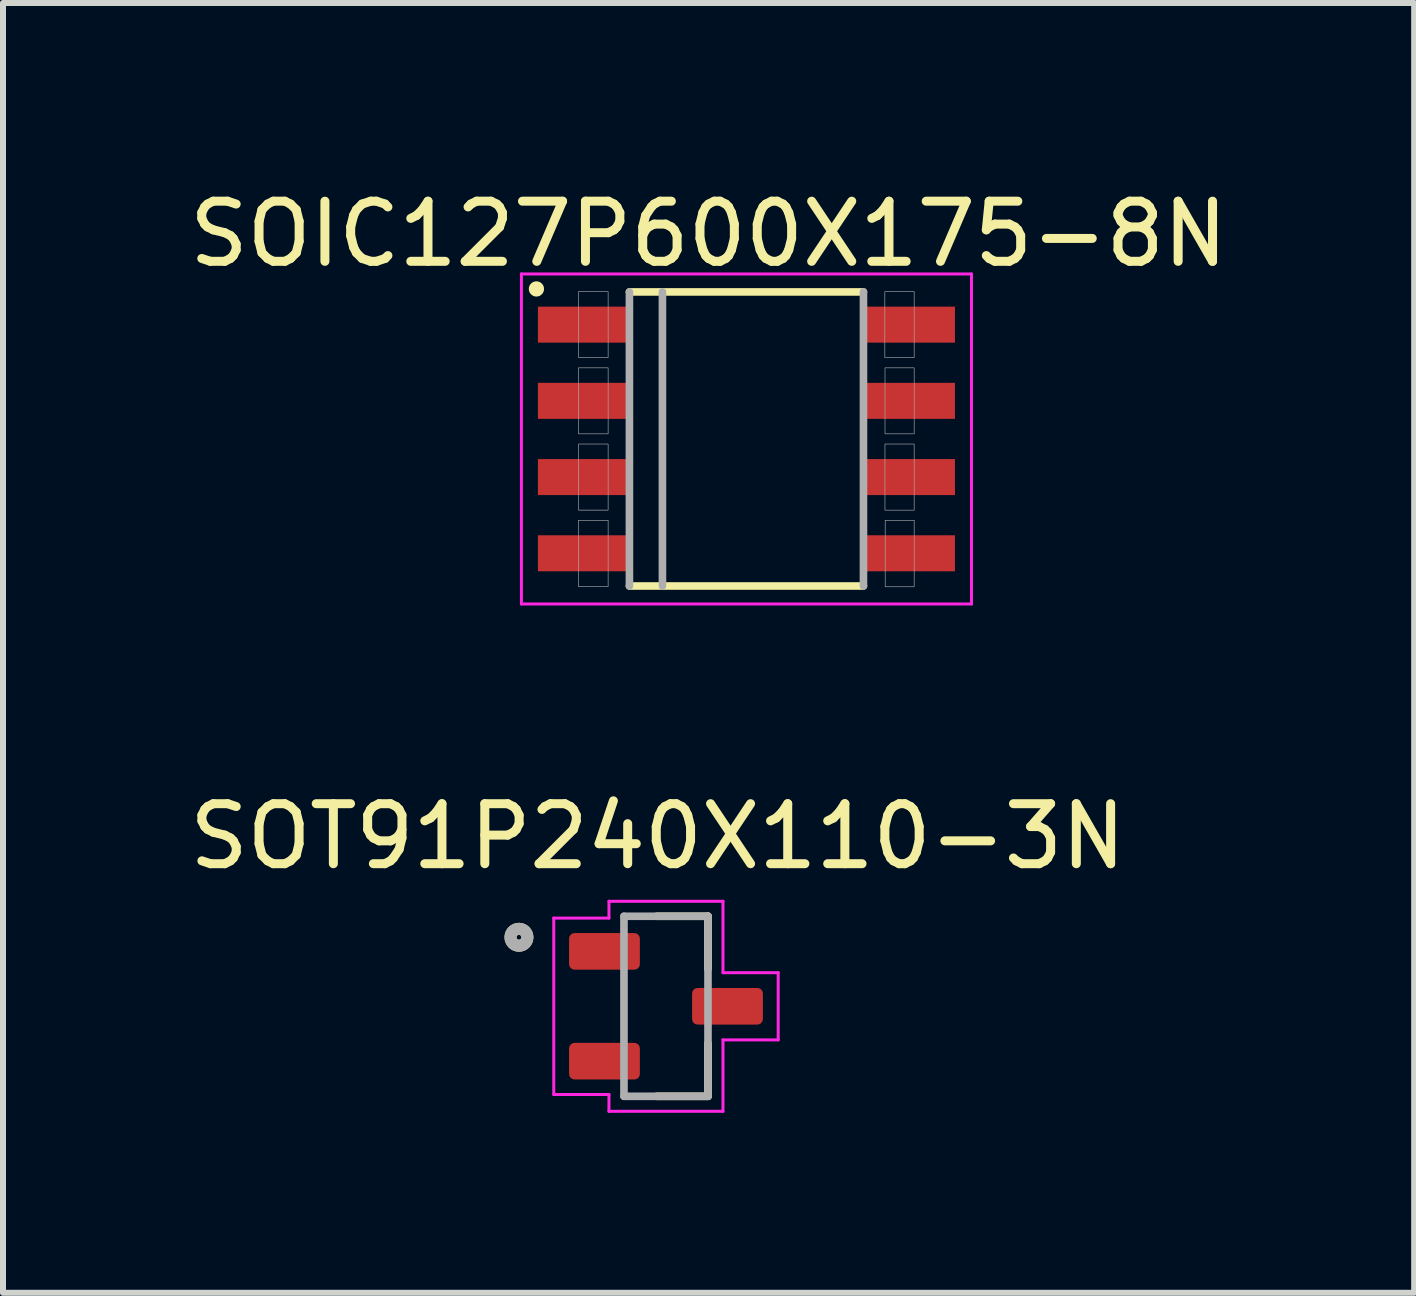
<source format=kicad_pcb>
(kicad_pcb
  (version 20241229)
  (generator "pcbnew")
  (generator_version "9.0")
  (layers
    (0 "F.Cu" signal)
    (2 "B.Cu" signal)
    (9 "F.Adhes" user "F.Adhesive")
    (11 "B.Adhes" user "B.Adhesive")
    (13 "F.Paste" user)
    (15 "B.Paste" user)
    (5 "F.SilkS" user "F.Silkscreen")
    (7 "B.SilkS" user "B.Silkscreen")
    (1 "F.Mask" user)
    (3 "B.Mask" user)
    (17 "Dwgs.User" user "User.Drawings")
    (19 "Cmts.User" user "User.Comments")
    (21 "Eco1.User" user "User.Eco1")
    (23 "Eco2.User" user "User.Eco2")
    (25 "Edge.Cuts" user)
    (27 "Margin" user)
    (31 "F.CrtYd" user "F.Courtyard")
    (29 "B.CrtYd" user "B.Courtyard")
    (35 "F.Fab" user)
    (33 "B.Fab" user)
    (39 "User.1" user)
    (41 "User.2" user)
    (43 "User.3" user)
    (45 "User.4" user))
  (footprint "SOIC127P600X175-8N"
    (layer "F.Cu")
    (at 9.389 4.265)
    (property "Reference" "SOIC127P600X175-8N" (at -0.631 -3.416 0) (layer "F.SilkS") (effects (font (size 1.002 1.002) (thickness 0.15))))
    (attr smd)
    (fp_line (start -1.95 -2.45) (end 1.95 -2.45) (stroke (width 0.127) (type solid)) (layer "F.SilkS"))
    (fp_line (start -1.95 2.45) (end 1.95 2.45) (stroke (width 0.127) (type solid)) (layer "F.SilkS"))
    (fp_circle (center -3.5 -2.5) (end -3.373 -2.5) (stroke (width 0) (type solid)) (fill yes) (layer "F.SilkS"))
    (fp_line (start -3.75 -2.75) (end 3.75 -2.75) (stroke (width 0.05) (type solid)) (layer "F.CrtYd"))
    (fp_line (start -3.75 2.75) (end -3.75 -2.75) (stroke (width 0.05) (type solid)) (layer "F.CrtYd"))
    (fp_line (start 3.75 -2.75) (end 3.75 2.75) (stroke (width 0.05) (type solid)) (layer "F.CrtYd"))
    (fp_line (start 3.75 2.75) (end -3.75 2.75) (stroke (width 0.05) (type solid)) (layer "F.CrtYd"))
    (fp_line (start -1.95 2.45) (end -1.95 -2.45) (stroke (width 0.127) (type solid)) (layer "F.Fab"))
    (fp_line (start -1.4 2.45) (end -1.4 -2.45) (stroke (width 0.127) (type solid)) (layer "F.Fab"))
    (fp_line (start 1.95 -2.45) (end 1.95 2.45) (stroke (width 0.127) (type solid)) (layer "F.Fab"))
    (fp_poly (pts (xy -2.8 -1.185) (xy -2.305 -1.185) (xy -2.305 -0.085) (xy -2.8 -0.085)) (stroke (width 0.01) (type solid)) (fill no) (layer "F.Fab"))
    (fp_poly (pts (xy -2.8 1.355) (xy -2.305 1.355) (xy -2.305 2.46) (xy -2.8 2.46)) (stroke (width 0.01) (type solid)) (fill no) (layer "F.Fab"))
    (fp_poly (pts (xy -2.799 -2.455) (xy -2.305 -2.455) (xy -2.305 -1.357) (xy -2.799 -1.357)) (stroke (width 0.01) (type solid)) (fill no) (layer "F.Fab"))
    (fp_poly (pts (xy -2.798 0.085) (xy -2.305 0.085) (xy -2.305 1.186) (xy -2.798 1.186)) (stroke (width 0.01) (type solid)) (fill no) (layer "F.Fab"))
    (fp_poly (pts (xy 2.306 -2.455) (xy 2.795 -2.455) (xy 2.795 -1.356) (xy 2.306 -1.356)) (stroke (width 0.01) (type solid)) (fill no) (layer "F.Fab"))
    (fp_poly (pts (xy 2.308 0.085) (xy 2.795 0.085) (xy 2.795 1.187) (xy 2.308 1.187)) (stroke (width 0.01) (type solid)) (fill no) (layer "F.Fab"))
    (fp_poly (pts (xy 2.309 -1.185) (xy 2.795 -1.185) (xy 2.795 -0.085) (xy 2.309 -0.085)) (stroke (width 0.01) (type solid)) (fill no) (layer "F.Fab"))
    (fp_poly (pts (xy 2.312 1.355) (xy 2.795 1.355) (xy 2.795 2.463) (xy 2.312 2.463)) (stroke (width 0.01) (type solid)) (fill no) (layer "F.Fab"))
    (pad "1" smd rect (at -2.7 -1.905) (size 1.55 0.6) (layers "F.Cu" "F.Mask" "F.Paste"))
    (pad "2" smd rect (at -2.7 -0.635) (size 1.55 0.6) (layers "F.Cu" "F.Mask" "F.Paste"))
    (pad "3" smd rect (at -2.7 0.635) (size 1.55 0.6) (layers "F.Cu" "F.Mask" "F.Paste"))
    (pad "4" smd rect (at -2.7 1.905) (size 1.55 0.6) (layers "F.Cu" "F.Mask" "F.Paste"))
    (pad "5" smd rect (at 2.7 1.905) (size 1.55 0.6) (layers "F.Cu" "F.Mask" "F.Paste"))
    (pad "6" smd rect (at 2.7 0.635) (size 1.55 0.6) (layers "F.Cu" "F.Mask" "F.Paste"))
    (pad "7" smd rect (at 2.7 -0.635) (size 1.55 0.6) (layers "F.Cu" "F.Mask" "F.Paste"))
    (pad "8" smd rect (at 2.7 -1.905) (size 1.55 0.6) (layers "F.Cu" "F.Mask" "F.Paste")))
  (footprint "SOT91P240X110-3N"
    (layer "F.Cu")
    (at 8.048 13.719)
    (property "Reference" "SOT91P240X110-3N" (at -0.138 -2.831 0) (layer "F.SilkS") (effects (font (size 1 1) (thickness 0.15))))
    (attr smd)
    (fp_line (start -0.152 1.5) (end 0.7 1.5) (stroke (width 0.127) (type solid)) (layer "F.SilkS"))
    (fp_line (start 0.7 -1.5) (end -0.152 -1.5) (stroke (width 0.127) (type solid)) (layer "F.SilkS"))
    (fp_line (start 0.7 -0.62) (end 0.7 -1.5) (stroke (width 0.127) (type solid)) (layer "F.SilkS"))
    (fp_line (start 0.7 1.5) (end 0.7 0.62) (stroke (width 0.127) (type solid)) (layer "F.SilkS"))
    (fp_circle (center -2.45 -1.15) (end -2.309 -1.15) (stroke (width 0.2) (type solid)) (fill no) (layer "F.SilkS"))
    (fp_line (start -1.87 -1.47) (end -0.95 -1.47) (stroke (width 0.05) (type solid)) (layer "F.CrtYd"))
    (fp_line (start -1.87 1.47) (end -1.87 -1.47) (stroke (width 0.05) (type solid)) (layer "F.CrtYd"))
    (fp_line (start -0.95 -1.75) (end 0.95 -1.75) (stroke (width 0.05) (type solid)) (layer "F.CrtYd"))
    (fp_line (start -0.95 -1.47) (end -0.95 -1.75) (stroke (width 0.05) (type solid)) (layer "F.CrtYd"))
    (fp_line (start -0.95 1.47) (end -1.87 1.47) (stroke (width 0.05) (type solid)) (layer "F.CrtYd"))
    (fp_line (start -0.95 1.75) (end -0.95 1.47) (stroke (width 0.05) (type solid)) (layer "F.CrtYd"))
    (fp_line (start 0.95 -1.75) (end 0.95 -0.56) (stroke (width 0.05) (type solid)) (layer "F.CrtYd"))
    (fp_line (start 0.95 -0.56) (end 1.87 -0.56) (stroke (width 0.05) (type solid)) (layer "F.CrtYd"))
    (fp_line (start 0.95 0.56) (end 0.95 1.75) (stroke (width 0.05) (type solid)) (layer "F.CrtYd"))
    (fp_line (start 0.95 1.75) (end -0.95 1.75) (stroke (width 0.05) (type solid)) (layer "F.CrtYd"))
    (fp_line (start 1.87 -0.56) (end 1.87 0.56) (stroke (width 0.05) (type solid)) (layer "F.CrtYd"))
    (fp_line (start 1.87 0.56) (end 0.95 0.56) (stroke (width 0.05) (type solid)) (layer "F.CrtYd"))
    (fp_line (start -0.7 -1.5) (end -0.7 1.5) (stroke (width 0.127) (type solid)) (layer "F.Fab"))
    (fp_line (start -0.7 1.5) (end 0.7 1.5) (stroke (width 0.127) (type solid)) (layer "F.Fab"))
    (fp_line (start 0.7 -1.5) (end -0.7 -1.5) (stroke (width 0.127) (type solid)) (layer "F.Fab"))
    (fp_line (start 0.7 1.5) (end 0.7 -1.5) (stroke (width 0.127) (type solid)) (layer "F.Fab"))
    (fp_circle (center -2.45 -1.15) (end -2.309 -1.15) (stroke (width 0.2) (type solid)) (fill no) (layer "F.Fab"))
    (pad "1" smd roundrect (at -1.025 -0.915) (size 1.18 0.61) (layers "F.Cu" "F.Mask" "F.Paste") (roundrect_rratio 0.15))
    (pad "2" smd roundrect (at -1.025 0.915) (size 1.18 0.61) (layers "F.Cu" "F.Mask" "F.Paste") (roundrect_rratio 0.15))
    (pad "3" smd roundrect (at 1.025 0) (size 1.18 0.61) (layers "F.Cu" "F.Mask" "F.Paste") (roundrect_rratio 0.15)))
  (gr_rect
    (start -3 -3)
    (end 20.516 18.494)
    (stroke (width 0.1) (type default))
    (fill no)
    (layer "Edge.Cuts")))
</source>
